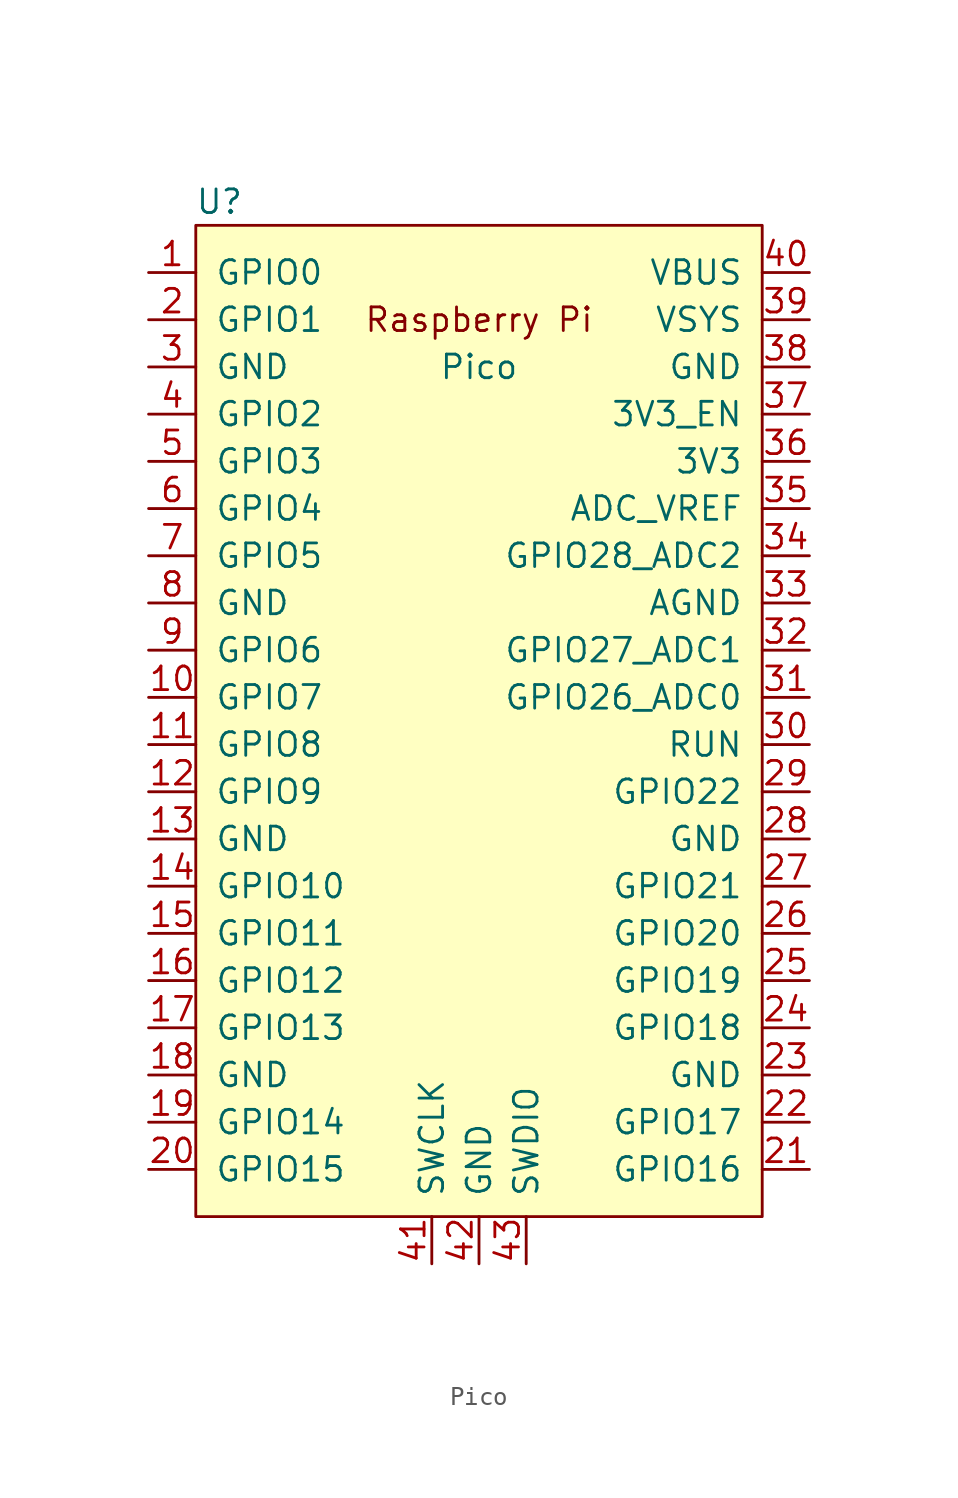
<source format=kicad_sym>
(kicad_symbol_lib
  (version 20211014)
  (generator kicad_symbol_editor)
  (symbol "Pico"
    (pin_names
      (offset 1.016))
    (property "Reference" "U"
      (at -13.97 27.94 0)
      (effects (font (size 1.27 1.27))))
    (property "Value" "Pico"
      (at 0 19.05 0)
      (effects (font (size 1.27 1.27))))
    (symbol "Pico_0_0"
      (text "Raspberry Pi" (at 0 21.59 0) (effects (font (size 1.27 1.27)))))
    (symbol "Pico_0_1"
      (rectangle (start -15.24 26.67) (end 15.24 -26.67) (stroke (width 0) (type default) (color 0 0 0 0)) (fill (type background))))
    (symbol "Pico_1_1"
      (pin bidirectional line (at -17.78 24.13 0) (length 2.54) (name "GPIO0" (effects (font (size 1.27 1.27)))) (number "1" (effects (font (size 1.27 1.27)))))
      (pin bidirectional line (at -17.78 1.27 0) (length 2.54) (name "GPIO7" (effects (font (size 1.27 1.27)))) (number "10" (effects (font (size 1.27 1.27)))))
      (pin bidirectional line (at -17.78 -1.27 0) (length 2.54) (name "GPIO8" (effects (font (size 1.27 1.27)))) (number "11" (effects (font (size 1.27 1.27)))))
      (pin bidirectional line (at -17.78 -3.81 0) (length 2.54) (name "GPIO9" (effects (font (size 1.27 1.27)))) (number "12" (effects (font (size 1.27 1.27)))))
      (pin power_in line (at -17.78 -6.35 0) (length 2.54) (name "GND" (effects (font (size 1.27 1.27)))) (number "13" (effects (font (size 1.27 1.27)))))
      (pin bidirectional line (at -17.78 -8.89 0) (length 2.54) (name "GPIO10" (effects (font (size 1.27 1.27)))) (number "14" (effects (font (size 1.27 1.27)))))
      (pin bidirectional line (at -17.78 -11.43 0) (length 2.54) (name "GPIO11" (effects (font (size 1.27 1.27)))) (number "15" (effects (font (size 1.27 1.27)))))
      (pin bidirectional line (at -17.78 -13.97 0) (length 2.54) (name "GPIO12" (effects (font (size 1.27 1.27)))) (number "16" (effects (font (size 1.27 1.27)))))
      (pin bidirectional line (at -17.78 -16.51 0) (length 2.54) (name "GPIO13" (effects (font (size 1.27 1.27)))) (number "17" (effects (font (size 1.27 1.27)))))
      (pin power_in line (at -17.78 -19.05 0) (length 2.54) (name "GND" (effects (font (size 1.27 1.27)))) (number "18" (effects (font (size 1.27 1.27)))))
      (pin bidirectional line (at -17.78 -21.59 0) (length 2.54) (name "GPIO14" (effects (font (size 1.27 1.27)))) (number "19" (effects (font (size 1.27 1.27)))))
      (pin bidirectional line (at -17.78 21.59 0) (length 2.54) (name "GPIO1" (effects (font (size 1.27 1.27)))) (number "2" (effects (font (size 1.27 1.27)))))
      (pin bidirectional line (at -17.78 -24.13 0) (length 2.54) (name "GPIO15" (effects (font (size 1.27 1.27)))) (number "20" (effects (font (size 1.27 1.27)))))
      (pin bidirectional line (at 17.78 -24.13 180) (length 2.54) (name "GPIO16" (effects (font (size 1.27 1.27)))) (number "21" (effects (font (size 1.27 1.27)))))
      (pin bidirectional line (at 17.78 -21.59 180) (length 2.54) (name "GPIO17" (effects (font (size 1.27 1.27)))) (number "22" (effects (font (size 1.27 1.27)))))
      (pin power_in line (at 17.78 -19.05 180) (length 2.54) (name "GND" (effects (font (size 1.27 1.27)))) (number "23" (effects (font (size 1.27 1.27)))))
      (pin bidirectional line (at 17.78 -16.51 180) (length 2.54) (name "GPIO18" (effects (font (size 1.27 1.27)))) (number "24" (effects (font (size 1.27 1.27)))))
      (pin bidirectional line (at 17.78 -13.97 180) (length 2.54) (name "GPIO19" (effects (font (size 1.27 1.27)))) (number "25" (effects (font (size 1.27 1.27)))))
      (pin bidirectional line (at 17.78 -11.43 180) (length 2.54) (name "GPIO20" (effects (font (size 1.27 1.27)))) (number "26" (effects (font (size 1.27 1.27)))))
      (pin bidirectional line (at 17.78 -8.89 180) (length 2.54) (name "GPIO21" (effects (font (size 1.27 1.27)))) (number "27" (effects (font (size 1.27 1.27)))))
      (pin power_in line (at 17.78 -6.35 180) (length 2.54) (name "GND" (effects (font (size 1.27 1.27)))) (number "28" (effects (font (size 1.27 1.27)))))
      (pin bidirectional line (at 17.78 -3.81 180) (length 2.54) (name "GPIO22" (effects (font (size 1.27 1.27)))) (number "29" (effects (font (size 1.27 1.27)))))
      (pin power_in line (at -17.78 19.05 0) (length 2.54) (name "GND" (effects (font (size 1.27 1.27)))) (number "3" (effects (font (size 1.27 1.27)))))
      (pin input line (at 17.78 -1.27 180) (length 2.54) (name "RUN" (effects (font (size 1.27 1.27)))) (number "30" (effects (font (size 1.27 1.27)))))
      (pin bidirectional line (at 17.78 1.27 180) (length 2.54) (name "GPIO26_ADC0" (effects (font (size 1.27 1.27)))) (number "31" (effects (font (size 1.27 1.27)))))
      (pin bidirectional line (at 17.78 3.81 180) (length 2.54) (name "GPIO27_ADC1" (effects (font (size 1.27 1.27)))) (number "32" (effects (font (size 1.27 1.27)))))
      (pin power_in line (at 17.78 6.35 180) (length 2.54) (name "AGND" (effects (font (size 1.27 1.27)))) (number "33" (effects (font (size 1.27 1.27)))))
      (pin bidirectional line (at 17.78 8.89 180) (length 2.54) (name "GPIO28_ADC2" (effects (font (size 1.27 1.27)))) (number "34" (effects (font (size 1.27 1.27)))))
      (pin power_in line (at 17.78 11.43 180) (length 2.54) (name "ADC_VREF" (effects (font (size 1.27 1.27)))) (number "35" (effects (font (size 1.27 1.27)))))
      (pin power_in line (at 17.78 13.97 180) (length 2.54) (name "3V3" (effects (font (size 1.27 1.27)))) (number "36" (effects (font (size 1.27 1.27)))))
      (pin input line (at 17.78 16.51 180) (length 2.54) (name "3V3_EN" (effects (font (size 1.27 1.27)))) (number "37" (effects (font (size 1.27 1.27)))))
      (pin bidirectional line (at 17.78 19.05 180) (length 2.54) (name "GND" (effects (font (size 1.27 1.27)))) (number "38" (effects (font (size 1.27 1.27)))))
      (pin power_in line (at 17.78 21.59 180) (length 2.54) (name "VSYS" (effects (font (size 1.27 1.27)))) (number "39" (effects (font (size 1.27 1.27)))))
      (pin bidirectional line (at -17.78 16.51 0) (length 2.54) (name "GPIO2" (effects (font (size 1.27 1.27)))) (number "4" (effects (font (size 1.27 1.27)))))
      (pin power_in line (at 17.78 24.13 180) (length 2.54) (name "VBUS" (effects (font (size 1.27 1.27)))) (number "40" (effects (font (size 1.27 1.27)))))
      (pin input line (at -2.54 -29.21 90) (length 2.54) (name "SWCLK" (effects (font (size 1.27 1.27)))) (number "41" (effects (font (size 1.27 1.27)))))
      (pin power_in line (at 0 -29.21 90) (length 2.54) (name "GND" (effects (font (size 1.27 1.27)))) (number "42" (effects (font (size 1.27 1.27)))))
      (pin bidirectional line (at 2.54 -29.21 90) (length 2.54) (name "SWDIO" (effects (font (size 1.27 1.27)))) (number "43" (effects (font (size 1.27 1.27)))))
      (pin bidirectional line (at -17.78 13.97 0) (length 2.54) (name "GPIO3" (effects (font (size 1.27 1.27)))) (number "5" (effects (font (size 1.27 1.27)))))
      (pin bidirectional line (at -17.78 11.43 0) (length 2.54) (name "GPIO4" (effects (font (size 1.27 1.27)))) (number "6" (effects (font (size 1.27 1.27)))))
      (pin bidirectional line (at -17.78 8.89 0) (length 2.54) (name "GPIO5" (effects (font (size 1.27 1.27)))) (number "7" (effects (font (size 1.27 1.27)))))
      (pin power_in line (at -17.78 6.35 0) (length 2.54) (name "GND" (effects (font (size 1.27 1.27)))) (number "8" (effects (font (size 1.27 1.27)))))
      (pin bidirectional line (at -17.78 3.81 0) (length 2.54) (name "GPIO6" (effects (font (size 1.27 1.27)))) (number "9" (effects (font (size 1.27 1.27))))))))
</source>
